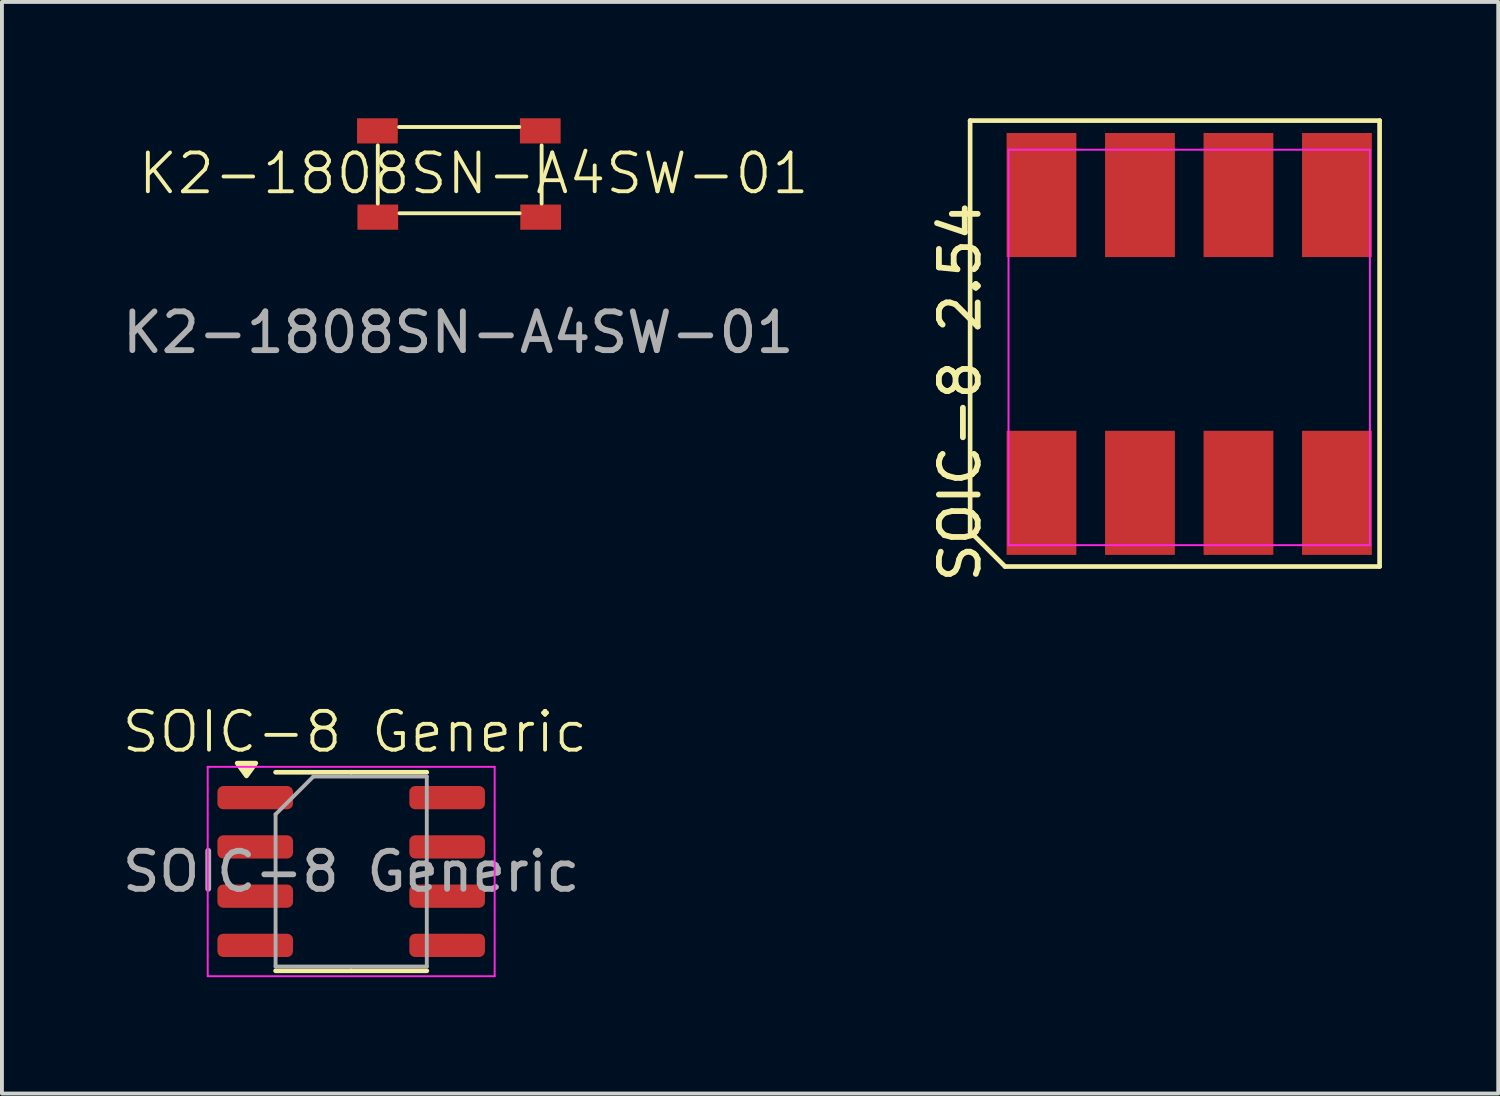
<source format=kicad_pcb>
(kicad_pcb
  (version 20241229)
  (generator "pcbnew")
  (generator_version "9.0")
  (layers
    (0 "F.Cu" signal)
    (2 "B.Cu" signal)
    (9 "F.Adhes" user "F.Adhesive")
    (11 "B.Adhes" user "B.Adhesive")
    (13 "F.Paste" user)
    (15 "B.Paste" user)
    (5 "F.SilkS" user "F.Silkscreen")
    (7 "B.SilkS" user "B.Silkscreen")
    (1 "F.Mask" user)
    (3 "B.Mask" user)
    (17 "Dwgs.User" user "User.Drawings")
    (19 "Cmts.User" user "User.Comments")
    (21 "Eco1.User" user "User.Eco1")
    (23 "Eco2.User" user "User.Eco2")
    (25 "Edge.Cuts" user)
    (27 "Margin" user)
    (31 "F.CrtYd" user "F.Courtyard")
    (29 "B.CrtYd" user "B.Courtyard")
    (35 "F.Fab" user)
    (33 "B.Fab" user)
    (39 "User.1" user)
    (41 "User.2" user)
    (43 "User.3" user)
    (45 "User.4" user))
  (footprint "SOIC-8 2.54"
    (layer "F.Cu")
    (at 27.619 7.06)
    (property "Reference" "SOIC-8 2.54" (at -5.91 0 90) (layer "F.SilkS") (effects (font (size 1 1) (thickness 0.15))))
    (attr smd)
    (fp_line (start -5.65 -7) (end 4.91 -7) (stroke (width 0.12) (type default)) (layer "F.SilkS"))
    (fp_line (start -5.65 3.6) (end -5.65 -7) (stroke (width 0.12) (type default)) (layer "F.SilkS"))
    (fp_line (start -4.75 4.5) (end -5.65 3.6) (stroke (width 0.12) (type default)) (layer "F.SilkS"))
    (fp_line (start 4.91 -7) (end 4.91 4.5) (stroke (width 0.12) (type default)) (layer "F.SilkS"))
    (fp_line (start 4.91 4.5) (end -4.75 4.5) (stroke (width 0.12) (type default)) (layer "F.SilkS"))
    (fp_line (start -4.66 -6.25) (end 4.66 -6.25) (stroke (width 0.05) (type default)) (layer "F.CrtYd"))
    (fp_line (start -4.66 3.95) (end -4.66 -6.25) (stroke (width 0.05) (type default)) (layer "F.CrtYd"))
    (fp_line (start 4.66 -6.25) (end 4.66 3.95) (stroke (width 0.05) (type default)) (layer "F.CrtYd"))
    (fp_line (start 4.66 3.95) (end -4.66 3.95) (stroke (width 0.05) (type default)) (layer "F.CrtYd"))
    (pad "1" smd rect (at -3.81 2.6) (size 1.8 3.2) (layers "F.Cu" "F.Mask" "F.Paste"))
    (pad "2" smd rect (at -1.27 2.6) (size 1.8 3.2) (layers "F.Cu" "F.Mask" "F.Paste"))
    (pad "3" smd rect (at 1.27 2.6) (size 1.8 3.2) (layers "F.Cu" "F.Mask" "F.Paste"))
    (pad "4" smd rect (at 3.81 2.6) (size 1.8 3.2) (layers "F.Cu" "F.Mask" "F.Paste"))
    (pad "5" smd rect (at 3.81 -5.08) (size 1.8 3.2) (layers "F.Cu" "F.Mask" "F.Paste"))
    (pad "6" smd rect (at 1.27 -5.08) (size 1.8 3.2) (layers "F.Cu" "F.Mask" "F.Paste"))
    (pad "7" smd rect (at -1.27 -5.08) (size 1.8 3.2) (layers "F.Cu" "F.Mask" "F.Paste"))
    (pad "8" smd rect (at -3.81 -5.08) (size 1.8 3.2) (layers "F.Cu" "F.Mask" "F.Paste")))
  (footprint "K2-1808SN-A4SW-01"
    (layer "F.Cu")
    (at 8.743 1.425)
    (property "Reference" "K2-1808SN-A4SW-01" (at 0.425 0 0) (unlocked yes) (layer "F.SilkS") (effects (font (size 1 1) (thickness 0.1))))
    (attr smd)
    (fp_line (start -2.05 -0.725) (end -2.05 0.775) (stroke (width 0.1) (type default)) (layer "F.SilkS"))
    (fp_line (start -1.5 -1.2) (end 1.6 -1.2) (stroke (width 0.1) (type default)) (layer "F.SilkS"))
    (fp_line (start -1.49 1.025) (end 1.61 1.025) (stroke (width 0.1) (type default)) (layer "F.SilkS"))
    (fp_line (start 2.175 -0.725) (end 2.175 0.775) (stroke (width 0.1) (type default)) (layer "F.SilkS"))
    (fp_text user "${REFERENCE}" (at 0.025 4.1 0) (unlocked yes) (layer "F.Fab") (effects (font (size 1 1) (thickness 0.15))))
    (pad "1" smd rect (at -2.06 -1.1) (size 1.05 0.65) (layers "F.Cu" "F.Mask" "F.Paste"))
    (pad "1" smd rect (at 2.14 -1.1) (size 1.05 0.65) (layers "F.Cu" "F.Mask" "F.Paste"))
    (pad "2" smd rect (at -2.05 1.125) (size 1.05 0.65) (layers "F.Cu" "F.Mask" "F.Paste"))
    (pad "2" smd rect (at 2.15 1.125) (size 1.05 0.65) (layers "F.Cu" "F.Mask" "F.Paste")))
  (footprint "SOIC-8 Generic"
    (layer "F.Cu")
    (at 6.002 19.676)
    (property "Reference" "SOIC-8 Generic" (at 0.1 -3.85 0) (unlocked yes) (layer "F.SilkS") (effects (font (size 1 1) (thickness 0.1))))
    (attr smd)
    (fp_line (start 0.005 -2.81) (end -1.945 -2.81) (stroke (width 0.12) (type solid)) (layer "F.SilkS"))
    (fp_line (start 0.005 -2.81) (end 1.955 -2.81) (stroke (width 0.12) (type solid)) (layer "F.SilkS"))
    (fp_line (start 0.005 2.31) (end -1.945 2.31) (stroke (width 0.12) (type solid)) (layer "F.SilkS"))
    (fp_line (start 0.005 2.31) (end 1.955 2.31) (stroke (width 0.12) (type solid)) (layer "F.SilkS"))
    (fp_poly (pts (xy -2.695 -2.715) (xy -2.935 -3.045) (xy -2.455 -3.045) (xy -2.695 -2.715)) (stroke (width 0.12) (type solid)) (fill yes) (layer "F.SilkS"))
    (fp_line (start -3.695 -2.95) (end -3.695 2.45) (stroke (width 0.05) (type solid)) (layer "F.CrtYd"))
    (fp_line (start -3.695 2.45) (end 3.705 2.45) (stroke (width 0.05) (type solid)) (layer "F.CrtYd"))
    (fp_line (start 3.705 -2.95) (end -3.695 -2.95) (stroke (width 0.05) (type solid)) (layer "F.CrtYd"))
    (fp_line (start 3.705 2.45) (end 3.705 -2.95) (stroke (width 0.05) (type solid)) (layer "F.CrtYd"))
    (fp_line (start -1.945 -1.725) (end -0.97 -2.7) (stroke (width 0.1) (type solid)) (layer "F.Fab"))
    (fp_line (start -1.945 2.2) (end -1.945 -1.725) (stroke (width 0.1) (type solid)) (layer "F.Fab"))
    (fp_line (start -0.97 -2.7) (end 1.955 -2.7) (stroke (width 0.1) (type solid)) (layer "F.Fab"))
    (fp_line (start 1.955 -2.7) (end 1.955 2.2) (stroke (width 0.1) (type solid)) (layer "F.Fab"))
    (fp_line (start 1.955 2.2) (end -1.945 2.2) (stroke (width 0.1) (type solid)) (layer "F.Fab"))
    (fp_text user "${REFERENCE}" (at 0.005 -0.25 0) (layer "F.Fab") (effects (font (size 0.98 0.98) (thickness 0.15))))
    (pad "1" smd roundrect (at -2.47 -2.155) (size 1.95 0.6) (layers "F.Cu" "F.Mask" "F.Paste") (roundrect_rratio 0.25))
    (pad "2" smd roundrect (at -2.47 -0.885) (size 1.95 0.6) (layers "F.Cu" "F.Mask" "F.Paste") (roundrect_rratio 0.25))
    (pad "3" smd roundrect (at -2.47 0.385) (size 1.95 0.6) (layers "F.Cu" "F.Mask" "F.Paste") (roundrect_rratio 0.25))
    (pad "4" smd roundrect (at -2.47 1.655) (size 1.95 0.6) (layers "F.Cu" "F.Mask" "F.Paste") (roundrect_rratio 0.25))
    (pad "5" smd roundrect (at 2.48 1.655) (size 1.95 0.6) (layers "F.Cu" "F.Mask" "F.Paste") (roundrect_rratio 0.25))
    (pad "6" smd roundrect (at 2.48 0.385) (size 1.95 0.6) (layers "F.Cu" "F.Mask" "F.Paste") (roundrect_rratio 0.25))
    (pad "7" smd roundrect (at 2.48 -0.885) (size 1.95 0.6) (layers "F.Cu" "F.Mask" "F.Paste") (roundrect_rratio 0.25))
    (pad "8" smd roundrect (at 2.48 -2.155) (size 1.95 0.6) (layers "F.Cu" "F.Mask" "F.Paste") (roundrect_rratio 0.25)))
  (gr_rect
    (start -3 -3)
    (end 35.589 25.151)
    (stroke (width 0.1) (type default))
    (fill no)
    (layer "Edge.Cuts")))
</source>
